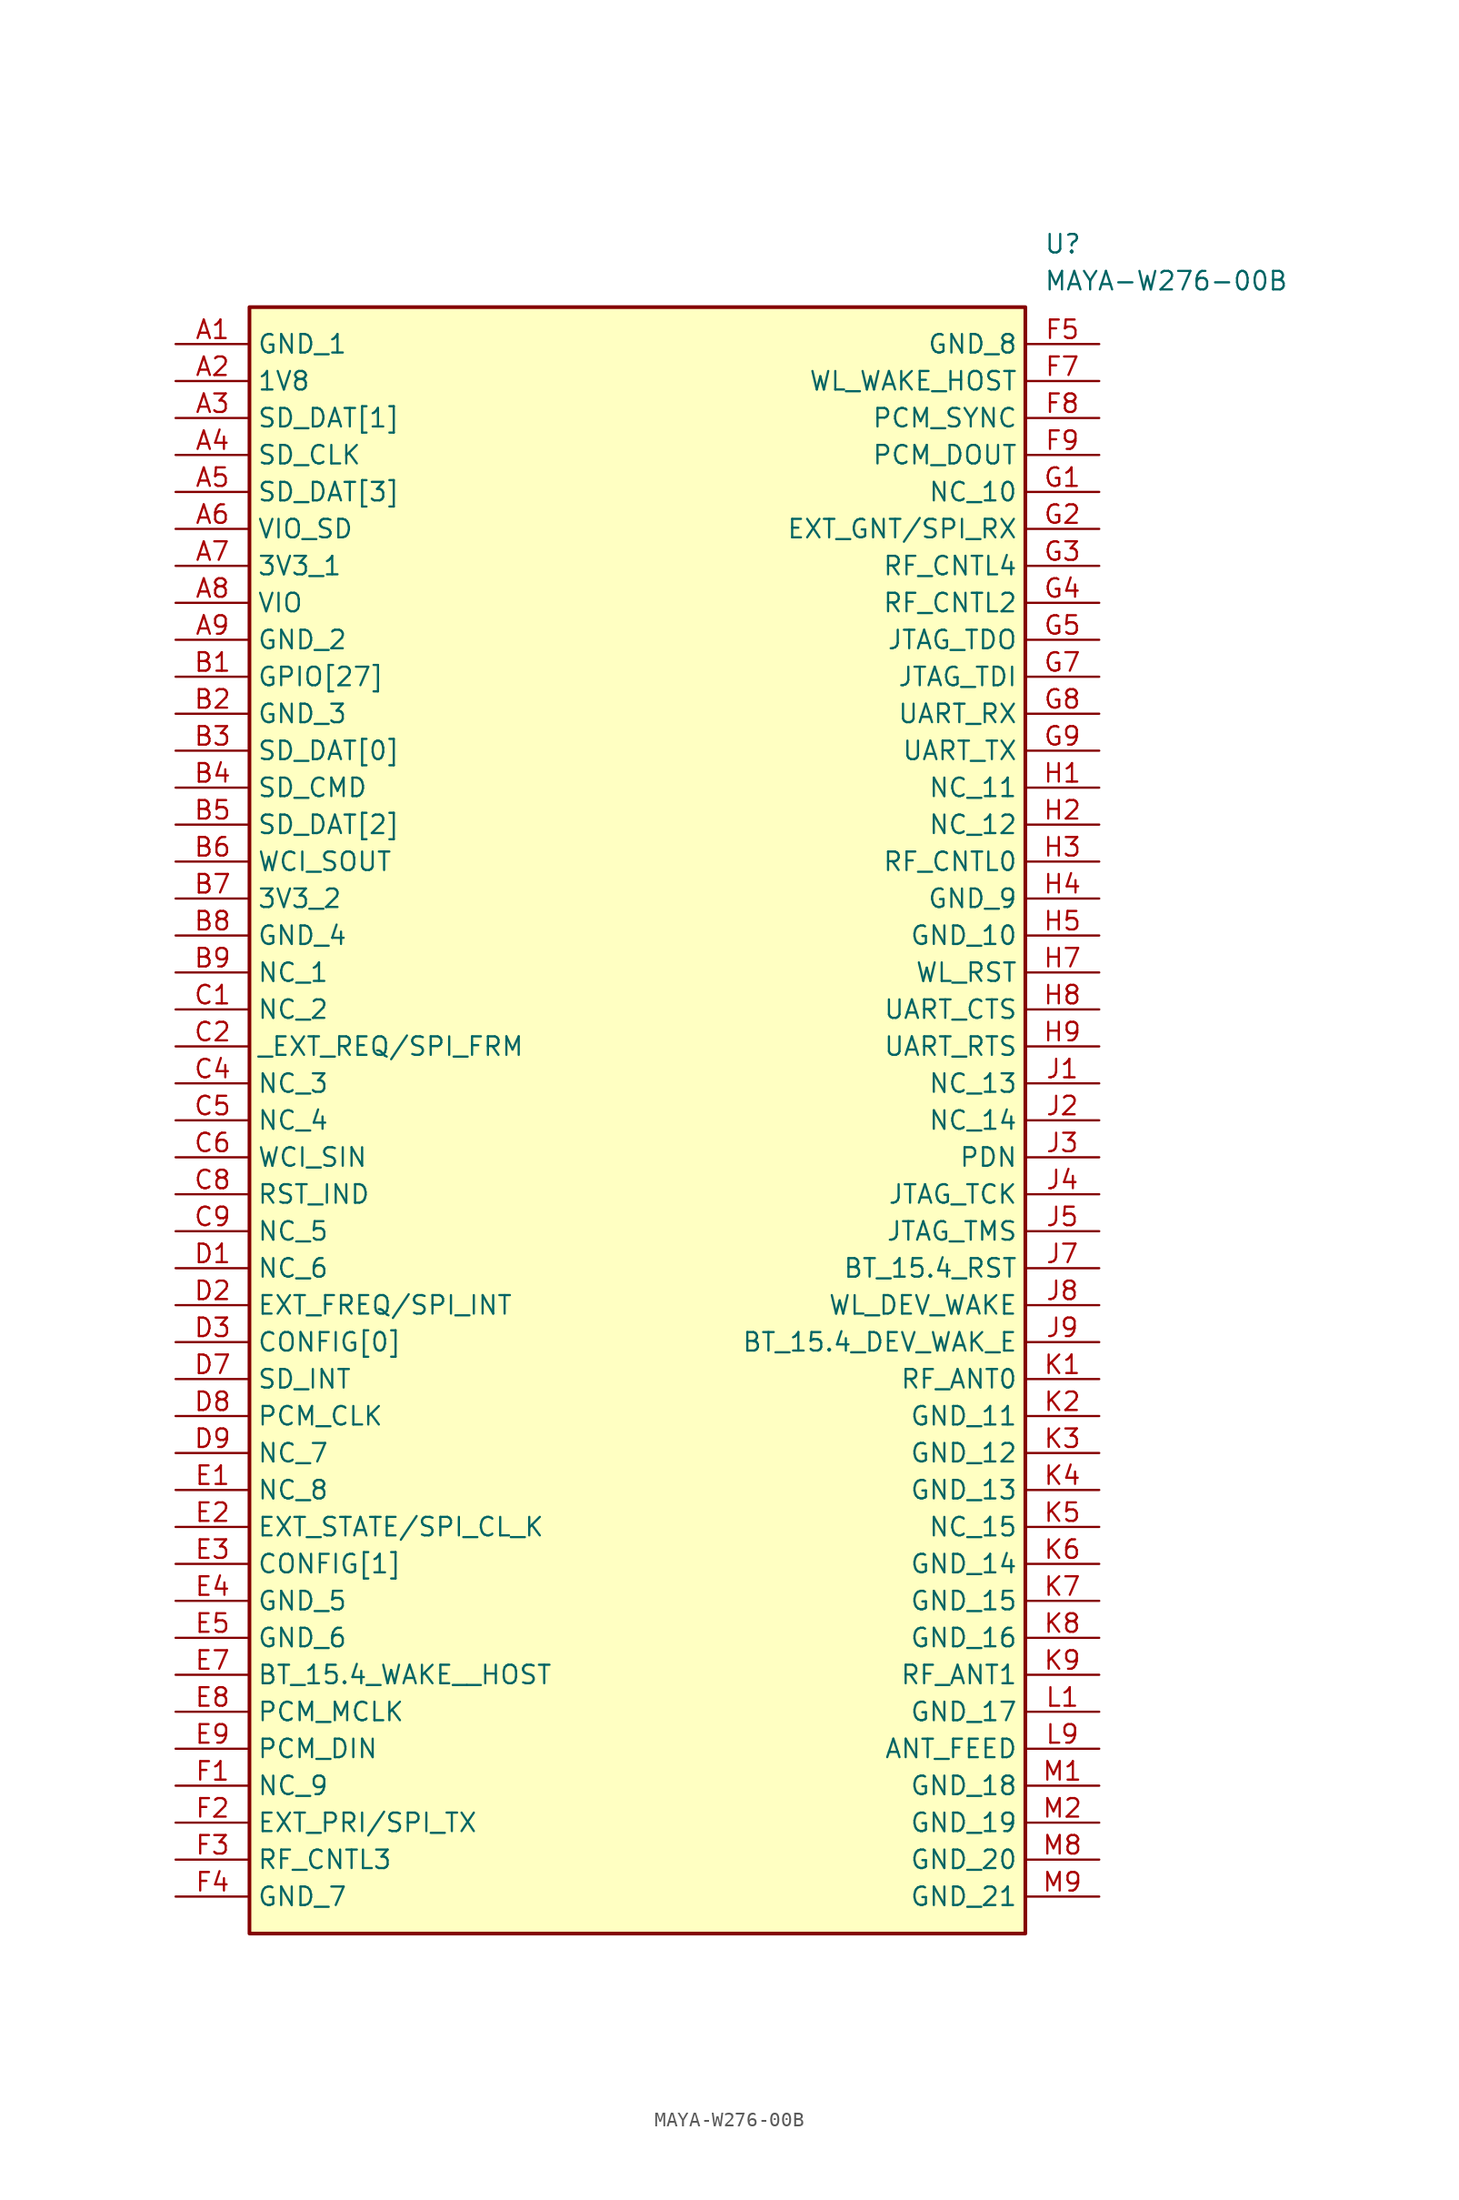
<source format=kicad_sym>
(kicad_symbol_lib
  (version 20241209)
  (generator "kicad_symbol_editor")
  (generator_version "9.0")
  (symbol "MAYA-W276-00B"
    (property "Reference" "U"
      (at 59.69 7.62 0)
      (effects (font (size 1.27 1.27)) (justify left top)))
    (property "Value" "MAYA-W276-00B"
      (at 59.69 5.08 0)
      (effects (font (size 1.27 1.27)) (justify left top)))
    (symbol "MAYA-W276-00B_1_1"
      (rectangle (start 5.08 2.54) (end 58.42 -109.22) (stroke (width 0.254) (type default)) (fill (type background)))
      (pin passive line (at 0 0 0) (length 5.08) (name "GND_1" (effects (font (size 1.27 1.27)))) (number "A1" (effects (font (size 1.27 1.27)))))
      (pin passive line (at 0 -2.54 0) (length 5.08) (name "1V8" (effects (font (size 1.27 1.27)))) (number "A2" (effects (font (size 1.27 1.27)))))
      (pin passive line (at 0 -5.08 0) (length 5.08) (name "SD_DAT[1]" (effects (font (size 1.27 1.27)))) (number "A3" (effects (font (size 1.27 1.27)))))
      (pin passive line (at 0 -7.62 0) (length 5.08) (name "SD_CLK" (effects (font (size 1.27 1.27)))) (number "A4" (effects (font (size 1.27 1.27)))))
      (pin passive line (at 0 -10.16 0) (length 5.08) (name "SD_DAT[3]" (effects (font (size 1.27 1.27)))) (number "A5" (effects (font (size 1.27 1.27)))))
      (pin passive line (at 0 -12.7 0) (length 5.08) (name "VIO_SD" (effects (font (size 1.27 1.27)))) (number "A6" (effects (font (size 1.27 1.27)))))
      (pin passive line (at 0 -15.24 0) (length 5.08) (name "3V3_1" (effects (font (size 1.27 1.27)))) (number "A7" (effects (font (size 1.27 1.27)))))
      (pin passive line (at 0 -17.78 0) (length 5.08) (name "VIO" (effects (font (size 1.27 1.27)))) (number "A8" (effects (font (size 1.27 1.27)))))
      (pin passive line (at 0 -20.32 0) (length 5.08) (name "GND_2" (effects (font (size 1.27 1.27)))) (number "A9" (effects (font (size 1.27 1.27)))))
      (pin passive line (at 0 -22.86 0) (length 5.08) (name "GPIO[27]" (effects (font (size 1.27 1.27)))) (number "B1" (effects (font (size 1.27 1.27)))))
      (pin passive line (at 0 -25.4 0) (length 5.08) (name "GND_3" (effects (font (size 1.27 1.27)))) (number "B2" (effects (font (size 1.27 1.27)))))
      (pin passive line (at 0 -27.94 0) (length 5.08) (name "SD_DAT[0]" (effects (font (size 1.27 1.27)))) (number "B3" (effects (font (size 1.27 1.27)))))
      (pin passive line (at 0 -30.48 0) (length 5.08) (name "SD_CMD" (effects (font (size 1.27 1.27)))) (number "B4" (effects (font (size 1.27 1.27)))))
      (pin passive line (at 0 -33.02 0) (length 5.08) (name "SD_DAT[2]" (effects (font (size 1.27 1.27)))) (number "B5" (effects (font (size 1.27 1.27)))))
      (pin passive line (at 0 -35.56 0) (length 5.08) (name "WCI_SOUT" (effects (font (size 1.27 1.27)))) (number "B6" (effects (font (size 1.27 1.27)))))
      (pin passive line (at 0 -38.1 0) (length 5.08) (name "3V3_2" (effects (font (size 1.27 1.27)))) (number "B7" (effects (font (size 1.27 1.27)))))
      (pin passive line (at 0 -40.64 0) (length 5.08) (name "GND_4" (effects (font (size 1.27 1.27)))) (number "B8" (effects (font (size 1.27 1.27)))))
      (pin passive line (at 0 -43.18 0) (length 5.08) (name "NC_1" (effects (font (size 1.27 1.27)))) (number "B9" (effects (font (size 1.27 1.27)))))
      (pin passive line (at 0 -45.72 0) (length 5.08) (name "NC_2" (effects (font (size 1.27 1.27)))) (number "C1" (effects (font (size 1.27 1.27)))))
      (pin passive line (at 0 -48.26 0) (length 5.08) (name "_EXT_REQ/SPI_FRM" (effects (font (size 1.27 1.27)))) (number "C2" (effects (font (size 1.27 1.27)))))
      (pin passive line (at 0 -50.8 0) (length 5.08) (name "NC_3" (effects (font (size 1.27 1.27)))) (number "C4" (effects (font (size 1.27 1.27)))))
      (pin passive line (at 0 -53.34 0) (length 5.08) (name "NC_4" (effects (font (size 1.27 1.27)))) (number "C5" (effects (font (size 1.27 1.27)))))
      (pin passive line (at 0 -55.88 0) (length 5.08) (name "WCI_SIN" (effects (font (size 1.27 1.27)))) (number "C6" (effects (font (size 1.27 1.27)))))
      (pin passive line (at 0 -58.42 0) (length 5.08) (name "RST_IND" (effects (font (size 1.27 1.27)))) (number "C8" (effects (font (size 1.27 1.27)))))
      (pin passive line (at 0 -60.96 0) (length 5.08) (name "NC_5" (effects (font (size 1.27 1.27)))) (number "C9" (effects (font (size 1.27 1.27)))))
      (pin passive line (at 0 -63.5 0) (length 5.08) (name "NC_6" (effects (font (size 1.27 1.27)))) (number "D1" (effects (font (size 1.27 1.27)))))
      (pin passive line (at 0 -66.04 0) (length 5.08) (name "EXT_FREQ/SPI_INT" (effects (font (size 1.27 1.27)))) (number "D2" (effects (font (size 1.27 1.27)))))
      (pin passive line (at 0 -68.58 0) (length 5.08) (name "CONFIG[0]" (effects (font (size 1.27 1.27)))) (number "D3" (effects (font (size 1.27 1.27)))))
      (pin passive line (at 0 -71.12 0) (length 5.08) (name "SD_INT" (effects (font (size 1.27 1.27)))) (number "D7" (effects (font (size 1.27 1.27)))))
      (pin passive line (at 0 -73.66 0) (length 5.08) (name "PCM_CLK" (effects (font (size 1.27 1.27)))) (number "D8" (effects (font (size 1.27 1.27)))))
      (pin passive line (at 0 -76.2 0) (length 5.08) (name "NC_7" (effects (font (size 1.27 1.27)))) (number "D9" (effects (font (size 1.27 1.27)))))
      (pin passive line (at 0 -78.74 0) (length 5.08) (name "NC_8" (effects (font (size 1.27 1.27)))) (number "E1" (effects (font (size 1.27 1.27)))))
      (pin passive line (at 0 -81.28 0) (length 5.08) (name "EXT_STATE/SPI_CL_K" (effects (font (size 1.27 1.27)))) (number "E2" (effects (font (size 1.27 1.27)))))
      (pin passive line (at 0 -83.82 0) (length 5.08) (name "CONFIG[1]" (effects (font (size 1.27 1.27)))) (number "E3" (effects (font (size 1.27 1.27)))))
      (pin passive line (at 0 -86.36 0) (length 5.08) (name "GND_5" (effects (font (size 1.27 1.27)))) (number "E4" (effects (font (size 1.27 1.27)))))
      (pin passive line (at 0 -88.9 0) (length 5.08) (name "GND_6" (effects (font (size 1.27 1.27)))) (number "E5" (effects (font (size 1.27 1.27)))))
      (pin passive line (at 0 -91.44 0) (length 5.08) (name "BT_15.4_WAKE__HOST" (effects (font (size 1.27 1.27)))) (number "E7" (effects (font (size 1.27 1.27)))))
      (pin passive line (at 0 -93.98 0) (length 5.08) (name "PCM_MCLK" (effects (font (size 1.27 1.27)))) (number "E8" (effects (font (size 1.27 1.27)))))
      (pin passive line (at 0 -96.52 0) (length 5.08) (name "PCM_DIN" (effects (font (size 1.27 1.27)))) (number "E9" (effects (font (size 1.27 1.27)))))
      (pin passive line (at 0 -99.06 0) (length 5.08) (name "NC_9" (effects (font (size 1.27 1.27)))) (number "F1" (effects (font (size 1.27 1.27)))))
      (pin passive line (at 0 -101.6 0) (length 5.08) (name "EXT_PRI/SPI_TX" (effects (font (size 1.27 1.27)))) (number "F2" (effects (font (size 1.27 1.27)))))
      (pin passive line (at 0 -104.14 0) (length 5.08) (name "RF_CNTL3" (effects (font (size 1.27 1.27)))) (number "F3" (effects (font (size 1.27 1.27)))))
      (pin passive line (at 0 -106.68 0) (length 5.08) (name "GND_7" (effects (font (size 1.27 1.27)))) (number "F4" (effects (font (size 1.27 1.27)))))
      (pin passive line (at 63.5 0 180) (length 5.08) (name "GND_8" (effects (font (size 1.27 1.27)))) (number "F5" (effects (font (size 1.27 1.27)))))
      (pin passive line (at 63.5 -2.54 180) (length 5.08) (name "WL_WAKE_HOST" (effects (font (size 1.27 1.27)))) (number "F7" (effects (font (size 1.27 1.27)))))
      (pin passive line (at 63.5 -5.08 180) (length 5.08) (name "PCM_SYNC" (effects (font (size 1.27 1.27)))) (number "F8" (effects (font (size 1.27 1.27)))))
      (pin passive line (at 63.5 -7.62 180) (length 5.08) (name "PCM_DOUT" (effects (font (size 1.27 1.27)))) (number "F9" (effects (font (size 1.27 1.27)))))
      (pin passive line (at 63.5 -10.16 180) (length 5.08) (name "NC_10" (effects (font (size 1.27 1.27)))) (number "G1" (effects (font (size 1.27 1.27)))))
      (pin passive line (at 63.5 -12.7 180) (length 5.08) (name "EXT_GNT/SPI_RX" (effects (font (size 1.27 1.27)))) (number "G2" (effects (font (size 1.27 1.27)))))
      (pin passive line (at 63.5 -15.24 180) (length 5.08) (name "RF_CNTL4" (effects (font (size 1.27 1.27)))) (number "G3" (effects (font (size 1.27 1.27)))))
      (pin passive line (at 63.5 -17.78 180) (length 5.08) (name "RF_CNTL2" (effects (font (size 1.27 1.27)))) (number "G4" (effects (font (size 1.27 1.27)))))
      (pin passive line (at 63.5 -20.32 180) (length 5.08) (name "JTAG_TDO" (effects (font (size 1.27 1.27)))) (number "G5" (effects (font (size 1.27 1.27)))))
      (pin passive line (at 63.5 -22.86 180) (length 5.08) (name "JTAG_TDI" (effects (font (size 1.27 1.27)))) (number "G7" (effects (font (size 1.27 1.27)))))
      (pin passive line (at 63.5 -25.4 180) (length 5.08) (name "UART_RX" (effects (font (size 1.27 1.27)))) (number "G8" (effects (font (size 1.27 1.27)))))
      (pin passive line (at 63.5 -27.94 180) (length 5.08) (name "UART_TX" (effects (font (size 1.27 1.27)))) (number "G9" (effects (font (size 1.27 1.27)))))
      (pin passive line (at 63.5 -30.48 180) (length 5.08) (name "NC_11" (effects (font (size 1.27 1.27)))) (number "H1" (effects (font (size 1.27 1.27)))))
      (pin passive line (at 63.5 -33.02 180) (length 5.08) (name "NC_12" (effects (font (size 1.27 1.27)))) (number "H2" (effects (font (size 1.27 1.27)))))
      (pin passive line (at 63.5 -35.56 180) (length 5.08) (name "RF_CNTL0" (effects (font (size 1.27 1.27)))) (number "H3" (effects (font (size 1.27 1.27)))))
      (pin passive line (at 63.5 -38.1 180) (length 5.08) (name "GND_9" (effects (font (size 1.27 1.27)))) (number "H4" (effects (font (size 1.27 1.27)))))
      (pin passive line (at 63.5 -40.64 180) (length 5.08) (name "GND_10" (effects (font (size 1.27 1.27)))) (number "H5" (effects (font (size 1.27 1.27)))))
      (pin passive line (at 63.5 -43.18 180) (length 5.08) (name "WL_RST" (effects (font (size 1.27 1.27)))) (number "H7" (effects (font (size 1.27 1.27)))))
      (pin passive line (at 63.5 -45.72 180) (length 5.08) (name "UART_CTS" (effects (font (size 1.27 1.27)))) (number "H8" (effects (font (size 1.27 1.27)))))
      (pin passive line (at 63.5 -48.26 180) (length 5.08) (name "UART_RTS" (effects (font (size 1.27 1.27)))) (number "H9" (effects (font (size 1.27 1.27)))))
      (pin passive line (at 63.5 -50.8 180) (length 5.08) (name "NC_13" (effects (font (size 1.27 1.27)))) (number "J1" (effects (font (size 1.27 1.27)))))
      (pin passive line (at 63.5 -53.34 180) (length 5.08) (name "NC_14" (effects (font (size 1.27 1.27)))) (number "J2" (effects (font (size 1.27 1.27)))))
      (pin passive line (at 63.5 -55.88 180) (length 5.08) (name "PDN" (effects (font (size 1.27 1.27)))) (number "J3" (effects (font (size 1.27 1.27)))))
      (pin passive line (at 63.5 -58.42 180) (length 5.08) (name "JTAG_TCK" (effects (font (size 1.27 1.27)))) (number "J4" (effects (font (size 1.27 1.27)))))
      (pin passive line (at 63.5 -60.96 180) (length 5.08) (name "JTAG_TMS" (effects (font (size 1.27 1.27)))) (number "J5" (effects (font (size 1.27 1.27)))))
      (pin passive line (at 63.5 -63.5 180) (length 5.08) (name "BT_15.4_RST" (effects (font (size 1.27 1.27)))) (number "J7" (effects (font (size 1.27 1.27)))))
      (pin passive line (at 63.5 -66.04 180) (length 5.08) (name "WL_DEV_WAKE" (effects (font (size 1.27 1.27)))) (number "J8" (effects (font (size 1.27 1.27)))))
      (pin passive line (at 63.5 -68.58 180) (length 5.08) (name "BT_15.4_DEV_WAK_E" (effects (font (size 1.27 1.27)))) (number "J9" (effects (font (size 1.27 1.27)))))
      (pin passive line (at 63.5 -71.12 180) (length 5.08) (name "RF_ANT0" (effects (font (size 1.27 1.27)))) (number "K1" (effects (font (size 1.27 1.27)))))
      (pin passive line (at 63.5 -73.66 180) (length 5.08) (name "GND_11" (effects (font (size 1.27 1.27)))) (number "K2" (effects (font (size 1.27 1.27)))))
      (pin passive line (at 63.5 -76.2 180) (length 5.08) (name "GND_12" (effects (font (size 1.27 1.27)))) (number "K3" (effects (font (size 1.27 1.27)))))
      (pin passive line (at 63.5 -78.74 180) (length 5.08) (name "GND_13" (effects (font (size 1.27 1.27)))) (number "K4" (effects (font (size 1.27 1.27)))))
      (pin passive line (at 63.5 -81.28 180) (length 5.08) (name "NC_15" (effects (font (size 1.27 1.27)))) (number "K5" (effects (font (size 1.27 1.27)))))
      (pin passive line (at 63.5 -83.82 180) (length 5.08) (name "GND_14" (effects (font (size 1.27 1.27)))) (number "K6" (effects (font (size 1.27 1.27)))))
      (pin passive line (at 63.5 -86.36 180) (length 5.08) (name "GND_15" (effects (font (size 1.27 1.27)))) (number "K7" (effects (font (size 1.27 1.27)))))
      (pin passive line (at 63.5 -88.9 180) (length 5.08) (name "GND_16" (effects (font (size 1.27 1.27)))) (number "K8" (effects (font (size 1.27 1.27)))))
      (pin passive line (at 63.5 -91.44 180) (length 5.08) (name "RF_ANT1" (effects (font (size 1.27 1.27)))) (number "K9" (effects (font (size 1.27 1.27)))))
      (pin passive line (at 63.5 -93.98 180) (length 5.08) (name "GND_17" (effects (font (size 1.27 1.27)))) (number "L1" (effects (font (size 1.27 1.27)))))
      (pin passive line (at 63.5 -96.52 180) (length 5.08) (name "ANT_FEED" (effects (font (size 1.27 1.27)))) (number "L9" (effects (font (size 1.27 1.27)))))
      (pin passive line (at 63.5 -99.06 180) (length 5.08) (name "GND_18" (effects (font (size 1.27 1.27)))) (number "M1" (effects (font (size 1.27 1.27)))))
      (pin passive line (at 63.5 -101.6 180) (length 5.08) (name "GND_19" (effects (font (size 1.27 1.27)))) (number "M2" (effects (font (size 1.27 1.27)))))
      (pin passive line (at 63.5 -104.14 180) (length 5.08) (name "GND_20" (effects (font (size 1.27 1.27)))) (number "M8" (effects (font (size 1.27 1.27)))))
      (pin passive line (at 63.5 -106.68 180) (length 5.08) (name "GND_21" (effects (font (size 1.27 1.27)))) (number "M9" (effects (font (size 1.27 1.27))))))))
</source>
